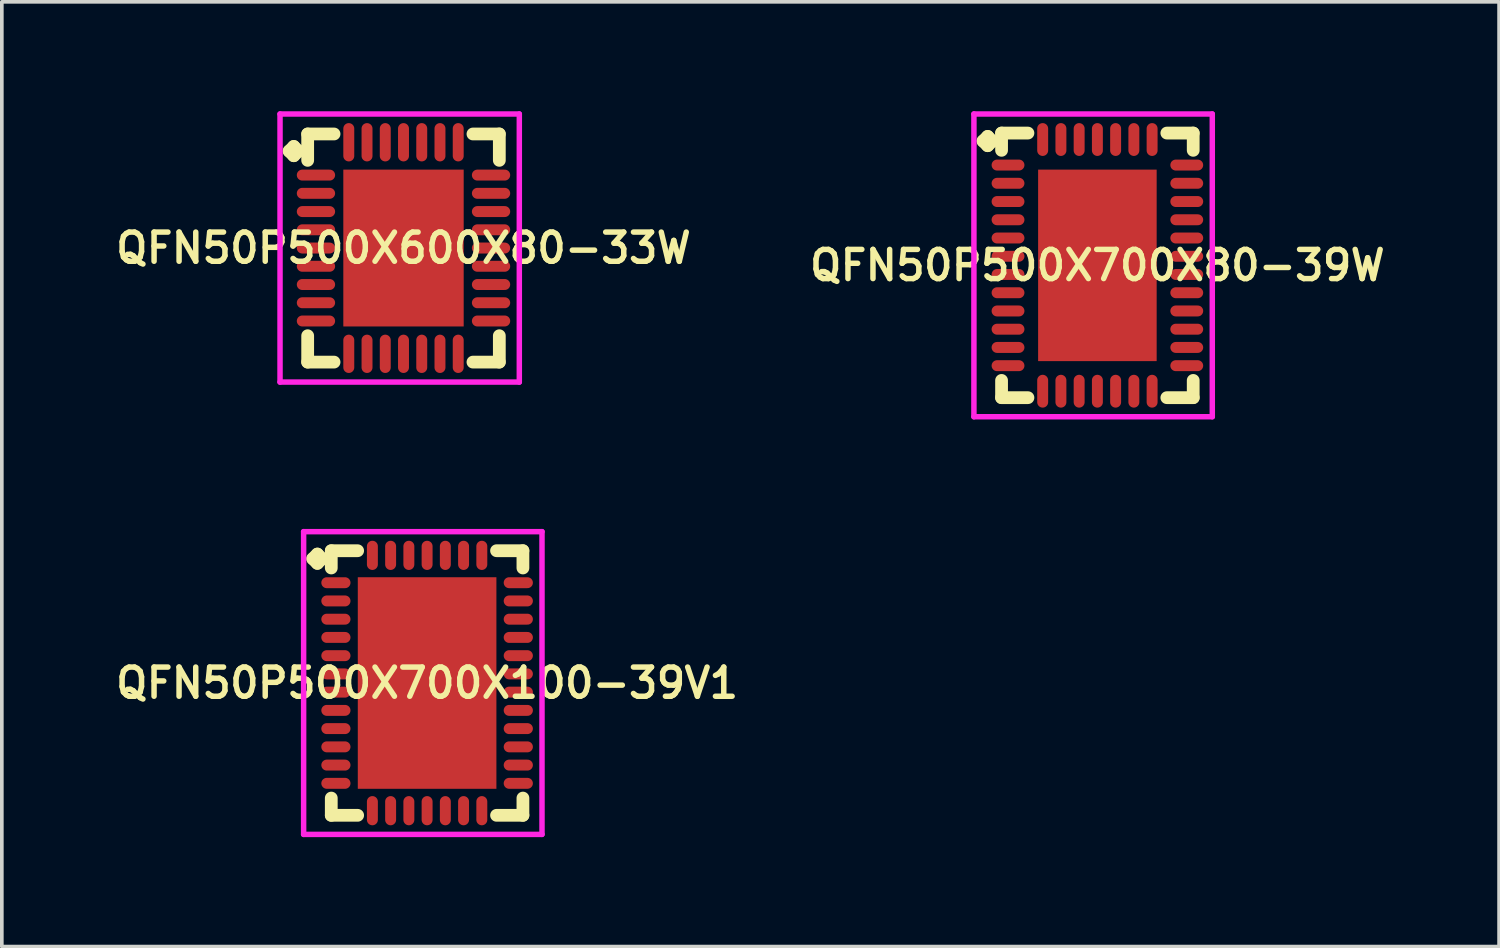
<source format=kicad_pcb>
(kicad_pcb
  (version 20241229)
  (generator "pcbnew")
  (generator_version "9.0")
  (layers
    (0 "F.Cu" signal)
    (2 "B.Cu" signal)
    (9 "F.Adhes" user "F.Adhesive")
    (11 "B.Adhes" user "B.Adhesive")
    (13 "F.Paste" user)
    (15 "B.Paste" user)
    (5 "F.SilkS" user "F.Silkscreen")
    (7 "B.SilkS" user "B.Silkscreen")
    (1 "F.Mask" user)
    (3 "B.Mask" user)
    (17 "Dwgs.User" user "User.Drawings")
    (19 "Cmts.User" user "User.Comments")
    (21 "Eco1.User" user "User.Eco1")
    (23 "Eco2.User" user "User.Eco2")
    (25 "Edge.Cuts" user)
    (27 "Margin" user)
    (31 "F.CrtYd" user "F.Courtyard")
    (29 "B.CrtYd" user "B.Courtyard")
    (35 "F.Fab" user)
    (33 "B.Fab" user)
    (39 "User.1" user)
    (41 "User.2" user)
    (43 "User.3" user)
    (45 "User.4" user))
  (footprint "QFN50P500X600X80-33W"
    (layer "F.Cu")
    (at 8.012 3.75)
    (property "Reference" "QFN50P500X600X80-33W" (at 0 0 0) (layer "F.SilkS") (effects (font (size 0.8 0.8) (thickness 0.15))))
    (attr smd)
    (fp_line (start -3.135 -2.658) (end -3.008 -2.785) (stroke (width 0.35) (type solid)) (layer "F.SilkS"))
    (fp_line (start -3.008 -2.785) (end -2.881 -2.658) (stroke (width 0.35) (type solid)) (layer "F.SilkS"))
    (fp_line (start -3.008 -2.531) (end -3.135 -2.658) (stroke (width 0.35) (type solid)) (layer "F.SilkS"))
    (fp_line (start -2.881 -2.658) (end -3.008 -2.531) (stroke (width 0.35) (type solid)) (layer "F.SilkS"))
    (fp_line (start -2.627 -3.127) (end -1.904 -3.127) (stroke (width 0.35) (type solid)) (layer "F.SilkS"))
    (fp_line (start -2.627 -2.404) (end -2.627 -3.127) (stroke (width 0.35) (type solid)) (layer "F.SilkS"))
    (fp_line (start -2.627 2.404) (end -2.627 3.127) (stroke (width 0.35) (type solid)) (layer "F.SilkS"))
    (fp_line (start -2.627 3.127) (end -1.904 3.127) (stroke (width 0.35) (type solid)) (layer "F.SilkS"))
    (fp_line (start 1.904 -3.127) (end 2.627 -3.127) (stroke (width 0.35) (type solid)) (layer "F.SilkS"))
    (fp_line (start 1.904 3.127) (end 2.627 3.127) (stroke (width 0.35) (type solid)) (layer "F.SilkS"))
    (fp_line (start 2.627 -3.127) (end 2.627 -2.404) (stroke (width 0.35) (type solid)) (layer "F.SilkS"))
    (fp_line (start 2.627 3.127) (end 2.627 2.404) (stroke (width 0.35) (type solid)) (layer "F.SilkS"))
    (fp_line (start -3.385 -3.675) (end 3.175 -3.675) (stroke (width 0.15) (type solid)) (layer "F.CrtYd"))
    (fp_line (start -3.385 3.675) (end -3.385 -3.675) (stroke (width 0.15) (type solid)) (layer "F.CrtYd"))
    (fp_line (start 3.175 -3.675) (end 3.175 3.675) (stroke (width 0.15) (type solid)) (layer "F.CrtYd"))
    (fp_line (start 3.175 3.675) (end -3.385 3.675) (stroke (width 0.15) (type solid)) (layer "F.CrtYd"))
    (pad "1" smd oval (at -2.4 -2) (size 1.05 0.3) (layers "F.Cu" "F.Mask" "F.Paste"))
    (pad "2" smd oval (at -2.4 -1.5) (size 1.05 0.3) (layers "F.Cu" "F.Mask" "F.Paste"))
    (pad "3" smd oval (at -2.4 -1) (size 1.05 0.3) (layers "F.Cu" "F.Mask" "F.Paste"))
    (pad "4" smd oval (at -2.4 -0.5) (size 1.05 0.3) (layers "F.Cu" "F.Mask" "F.Paste"))
    (pad "5" smd oval (at -2.4 0) (size 1.05 0.3) (layers "F.Cu" "F.Mask" "F.Paste"))
    (pad "6" smd oval (at -2.4 0.5) (size 1.05 0.3) (layers "F.Cu" "F.Mask" "F.Paste"))
    (pad "7" smd oval (at -2.4 1) (size 1.05 0.3) (layers "F.Cu" "F.Mask" "F.Paste"))
    (pad "8" smd oval (at -2.4 1.5) (size 1.05 0.3) (layers "F.Cu" "F.Mask" "F.Paste"))
    (pad "9" smd oval (at -2.4 2) (size 1.05 0.3) (layers "F.Cu" "F.Mask" "F.Paste"))
    (pad "10" smd oval (at -1.5 2.9) (size 0.3 1.05) (layers "F.Cu" "F.Mask" "F.Paste"))
    (pad "11" smd oval (at -1 2.9) (size 0.3 1.05) (layers "F.Cu" "F.Mask" "F.Paste"))
    (pad "12" smd oval (at -0.5 2.9) (size 0.3 1.05) (layers "F.Cu" "F.Mask" "F.Paste"))
    (pad "13" smd oval (at 0 2.9) (size 0.3 1.05) (layers "F.Cu" "F.Mask" "F.Paste"))
    (pad "14" smd oval (at 0.5 2.9) (size 0.3 1.05) (layers "F.Cu" "F.Mask" "F.Paste"))
    (pad "15" smd oval (at 1 2.9) (size 0.3 1.05) (layers "F.Cu" "F.Mask" "F.Paste"))
    (pad "16" smd oval (at 1.5 2.9) (size 0.3 1.05) (layers "F.Cu" "F.Mask" "F.Paste"))
    (pad "17" smd oval (at 2.4 2) (size 1.05 0.3) (layers "F.Cu" "F.Mask" "F.Paste"))
    (pad "18" smd oval (at 2.4 1.5) (size 1.05 0.3) (layers "F.Cu" "F.Mask" "F.Paste"))
    (pad "19" smd oval (at 2.4 1) (size 1.05 0.3) (layers "F.Cu" "F.Mask" "F.Paste"))
    (pad "20" smd oval (at 2.4 0.5) (size 1.05 0.3) (layers "F.Cu" "F.Mask" "F.Paste"))
    (pad "21" smd oval (at 2.4 0) (size 1.05 0.3) (layers "F.Cu" "F.Mask" "F.Paste"))
    (pad "22" smd oval (at 2.4 -0.5) (size 1.05 0.3) (layers "F.Cu" "F.Mask" "F.Paste"))
    (pad "23" smd oval (at 2.4 -1) (size 1.05 0.3) (layers "F.Cu" "F.Mask" "F.Paste"))
    (pad "24" smd oval (at 2.4 -1.5) (size 1.05 0.3) (layers "F.Cu" "F.Mask" "F.Paste"))
    (pad "25" smd oval (at 2.4 -2) (size 1.05 0.3) (layers "F.Cu" "F.Mask" "F.Paste"))
    (pad "26" smd oval (at 1.5 -2.9) (size 0.3 1.05) (layers "F.Cu" "F.Mask" "F.Paste"))
    (pad "27" smd oval (at 1 -2.9) (size 0.3 1.05) (layers "F.Cu" "F.Mask" "F.Paste"))
    (pad "28" smd oval (at 0.5 -2.9) (size 0.3 1.05) (layers "F.Cu" "F.Mask" "F.Paste"))
    (pad "29" smd oval (at 0 -2.9) (size 0.3 1.05) (layers "F.Cu" "F.Mask" "F.Paste"))
    (pad "30" smd oval (at -0.5 -2.9) (size 0.3 1.05) (layers "F.Cu" "F.Mask" "F.Paste"))
    (pad "31" smd oval (at -1 -2.9) (size 0.3 1.05) (layers "F.Cu" "F.Mask" "F.Paste"))
    (pad "32" smd oval (at -1.5 -2.9) (size 0.3 1.05) (layers "F.Cu" "F.Mask" "F.Paste"))
    (pad "33" smd rect (at 0 0) (size 3.3 4.3) (layers "F.Cu" "F.Mask" "F.Paste")))
  (footprint "QFN50P500X700X100-39V1"
    (layer "F.Cu")
    (at 8.659 15.675)
    (property "Reference" "QFN50P500X700X100-39V1" (at 0 0 0) (layer "F.SilkS") (effects (font (size 0.8 0.8) (thickness 0.15))))
    (attr smd)
    (fp_line (start -3.135 -3.408) (end -3.008 -3.535) (stroke (width 0.35) (type solid)) (layer "F.SilkS"))
    (fp_line (start -3.008 -3.535) (end -2.881 -3.408) (stroke (width 0.35) (type solid)) (layer "F.SilkS"))
    (fp_line (start -3.008 -3.281) (end -3.135 -3.408) (stroke (width 0.35) (type solid)) (layer "F.SilkS"))
    (fp_line (start -2.881 -3.408) (end -3.008 -3.281) (stroke (width 0.35) (type solid)) (layer "F.SilkS"))
    (fp_line (start -2.627 -3.627) (end -1.904 -3.627) (stroke (width 0.35) (type solid)) (layer "F.SilkS"))
    (fp_line (start -2.627 -3.154) (end -2.627 -3.627) (stroke (width 0.35) (type solid)) (layer "F.SilkS"))
    (fp_line (start -2.627 3.154) (end -2.627 3.627) (stroke (width 0.35) (type solid)) (layer "F.SilkS"))
    (fp_line (start -2.627 3.627) (end -1.904 3.627) (stroke (width 0.35) (type solid)) (layer "F.SilkS"))
    (fp_line (start 1.904 -3.627) (end 2.627 -3.627) (stroke (width 0.35) (type solid)) (layer "F.SilkS"))
    (fp_line (start 1.904 3.627) (end 2.627 3.627) (stroke (width 0.35) (type solid)) (layer "F.SilkS"))
    (fp_line (start 2.627 -3.627) (end 2.627 -3.154) (stroke (width 0.35) (type solid)) (layer "F.SilkS"))
    (fp_line (start 2.627 3.627) (end 2.627 3.154) (stroke (width 0.35) (type solid)) (layer "F.SilkS"))
    (fp_line (start -3.385 -4.15) (end 3.15 -4.15) (stroke (width 0.15) (type solid)) (layer "F.CrtYd"))
    (fp_line (start -3.385 4.15) (end -3.385 -4.15) (stroke (width 0.15) (type solid)) (layer "F.CrtYd"))
    (fp_line (start 3.15 -4.15) (end 3.15 4.15) (stroke (width 0.15) (type solid)) (layer "F.CrtYd"))
    (fp_line (start 3.15 4.15) (end -3.385 4.15) (stroke (width 0.15) (type solid)) (layer "F.CrtYd"))
    (pad "1" smd oval (at -2.5 -2.75) (size 0.8 0.3) (layers "F.Cu" "F.Mask" "F.Paste"))
    (pad "2" smd oval (at -2.5 -2.25) (size 0.8 0.3) (layers "F.Cu" "F.Mask" "F.Paste"))
    (pad "3" smd oval (at -2.5 -1.75) (size 0.8 0.3) (layers "F.Cu" "F.Mask" "F.Paste"))
    (pad "4" smd oval (at -2.5 -1.25) (size 0.8 0.3) (layers "F.Cu" "F.Mask" "F.Paste"))
    (pad "5" smd oval (at -2.5 -0.75) (size 0.8 0.3) (layers "F.Cu" "F.Mask" "F.Paste"))
    (pad "6" smd oval (at -2.5 -0.25) (size 0.8 0.3) (layers "F.Cu" "F.Mask" "F.Paste"))
    (pad "7" smd oval (at -2.5 0.25) (size 0.8 0.3) (layers "F.Cu" "F.Mask" "F.Paste"))
    (pad "8" smd oval (at -2.5 0.75) (size 0.8 0.3) (layers "F.Cu" "F.Mask" "F.Paste"))
    (pad "9" smd oval (at -2.5 1.25) (size 0.8 0.3) (layers "F.Cu" "F.Mask" "F.Paste"))
    (pad "10" smd oval (at -2.5 1.75) (size 0.8 0.3) (layers "F.Cu" "F.Mask" "F.Paste"))
    (pad "11" smd oval (at -2.5 2.25) (size 0.8 0.3) (layers "F.Cu" "F.Mask" "F.Paste"))
    (pad "12" smd oval (at -2.5 2.75) (size 0.8 0.3) (layers "F.Cu" "F.Mask" "F.Paste"))
    (pad "13" smd oval (at -1.5 3.5) (size 0.3 0.8) (layers "F.Cu" "F.Mask" "F.Paste"))
    (pad "14" smd oval (at -1 3.5) (size 0.3 0.8) (layers "F.Cu" "F.Mask" "F.Paste"))
    (pad "15" smd oval (at -0.5 3.5) (size 0.3 0.8) (layers "F.Cu" "F.Mask" "F.Paste"))
    (pad "16" smd oval (at 0 3.5) (size 0.3 0.8) (layers "F.Cu" "F.Mask" "F.Paste"))
    (pad "17" smd oval (at 0.5 3.5) (size 0.3 0.8) (layers "F.Cu" "F.Mask" "F.Paste"))
    (pad "18" smd oval (at 1 3.5) (size 0.3 0.8) (layers "F.Cu" "F.Mask" "F.Paste"))
    (pad "19" smd oval (at 1.5 3.5) (size 0.3 0.8) (layers "F.Cu" "F.Mask" "F.Paste"))
    (pad "20" smd oval (at 2.5 2.75) (size 0.8 0.3) (layers "F.Cu" "F.Mask" "F.Paste"))
    (pad "21" smd oval (at 2.5 2.25) (size 0.8 0.3) (layers "F.Cu" "F.Mask" "F.Paste"))
    (pad "22" smd oval (at 2.5 1.75) (size 0.8 0.3) (layers "F.Cu" "F.Mask" "F.Paste"))
    (pad "23" smd oval (at 2.5 1.25) (size 0.8 0.3) (layers "F.Cu" "F.Mask" "F.Paste"))
    (pad "24" smd oval (at 2.5 0.75) (size 0.8 0.3) (layers "F.Cu" "F.Mask" "F.Paste"))
    (pad "25" smd oval (at 2.5 0.25) (size 0.8 0.3) (layers "F.Cu" "F.Mask" "F.Paste"))
    (pad "26" smd oval (at 2.5 -0.25) (size 0.8 0.3) (layers "F.Cu" "F.Mask" "F.Paste"))
    (pad "27" smd oval (at 2.5 -0.75) (size 0.8 0.3) (layers "F.Cu" "F.Mask" "F.Paste"))
    (pad "28" smd oval (at 2.5 -1.25) (size 0.8 0.3) (layers "F.Cu" "F.Mask" "F.Paste"))
    (pad "29" smd oval (at 2.5 -1.75) (size 0.8 0.3) (layers "F.Cu" "F.Mask" "F.Paste"))
    (pad "30" smd oval (at 2.5 -2.25) (size 0.8 0.3) (layers "F.Cu" "F.Mask" "F.Paste"))
    (pad "31" smd oval (at 2.5 -2.75) (size 0.8 0.3) (layers "F.Cu" "F.Mask" "F.Paste"))
    (pad "32" smd oval (at 1.5 -3.5) (size 0.3 0.8) (layers "F.Cu" "F.Mask" "F.Paste"))
    (pad "33" smd oval (at 1 -3.5) (size 0.3 0.8) (layers "F.Cu" "F.Mask" "F.Paste"))
    (pad "34" smd oval (at 0.5 -3.5) (size 0.3 0.8) (layers "F.Cu" "F.Mask" "F.Paste"))
    (pad "35" smd oval (at 0 -3.5) (size 0.3 0.8) (layers "F.Cu" "F.Mask" "F.Paste"))
    (pad "36" smd oval (at -0.5 -3.5) (size 0.3 0.8) (layers "F.Cu" "F.Mask" "F.Paste"))
    (pad "37" smd oval (at -1 -3.5) (size 0.3 0.8) (layers "F.Cu" "F.Mask" "F.Paste"))
    (pad "38" smd oval (at -1.5 -3.5) (size 0.3 0.8) (layers "F.Cu" "F.Mask" "F.Paste"))
    (pad "39" smd rect (at 0 0) (size 3.8 5.8) (layers "F.Cu" "F.Mask" "F.Paste")))
  (footprint "QFN50P500X700X80-39W"
    (layer "F.Cu")
    (at 27.035 4.225)
    (property "Reference" "QFN50P500X700X80-39W" (at 0 0 0) (layer "F.SilkS") (effects (font (size 0.8 0.8) (thickness 0.15))))
    (attr smd)
    (fp_line (start -3.135 -3.408) (end -3.008 -3.535) (stroke (width 0.35) (type solid)) (layer "F.SilkS"))
    (fp_line (start -3.008 -3.535) (end -2.881 -3.408) (stroke (width 0.35) (type solid)) (layer "F.SilkS"))
    (fp_line (start -3.008 -3.281) (end -3.135 -3.408) (stroke (width 0.35) (type solid)) (layer "F.SilkS"))
    (fp_line (start -2.881 -3.408) (end -3.008 -3.281) (stroke (width 0.35) (type solid)) (layer "F.SilkS"))
    (fp_line (start -2.627 -3.627) (end -1.904 -3.627) (stroke (width 0.35) (type solid)) (layer "F.SilkS"))
    (fp_line (start -2.627 -3.154) (end -2.627 -3.627) (stroke (width 0.35) (type solid)) (layer "F.SilkS"))
    (fp_line (start -2.627 3.154) (end -2.627 3.627) (stroke (width 0.35) (type solid)) (layer "F.SilkS"))
    (fp_line (start -2.627 3.627) (end -1.904 3.627) (stroke (width 0.35) (type solid)) (layer "F.SilkS"))
    (fp_line (start 1.904 -3.627) (end 2.627 -3.627) (stroke (width 0.35) (type solid)) (layer "F.SilkS"))
    (fp_line (start 1.904 3.627) (end 2.627 3.627) (stroke (width 0.35) (type solid)) (layer "F.SilkS"))
    (fp_line (start 2.627 -3.627) (end 2.627 -3.154) (stroke (width 0.35) (type solid)) (layer "F.SilkS"))
    (fp_line (start 2.627 3.627) (end 2.627 3.154) (stroke (width 0.35) (type solid)) (layer "F.SilkS"))
    (fp_line (start -3.385 -4.15) (end 3.15 -4.15) (stroke (width 0.15) (type solid)) (layer "F.CrtYd"))
    (fp_line (start -3.385 4.15) (end -3.385 -4.15) (stroke (width 0.15) (type solid)) (layer "F.CrtYd"))
    (fp_line (start 3.15 -4.15) (end 3.15 4.15) (stroke (width 0.15) (type solid)) (layer "F.CrtYd"))
    (fp_line (start 3.15 4.15) (end -3.385 4.15) (stroke (width 0.15) (type solid)) (layer "F.CrtYd"))
    (pad "1" smd oval (at -2.45 -2.75) (size 0.9 0.3) (layers "F.Cu" "F.Mask" "F.Paste"))
    (pad "2" smd oval (at -2.45 -2.25) (size 0.9 0.3) (layers "F.Cu" "F.Mask" "F.Paste"))
    (pad "3" smd oval (at -2.45 -1.75) (size 0.9 0.3) (layers "F.Cu" "F.Mask" "F.Paste"))
    (pad "4" smd oval (at -2.45 -1.25) (size 0.9 0.3) (layers "F.Cu" "F.Mask" "F.Paste"))
    (pad "5" smd oval (at -2.45 -0.75) (size 0.9 0.3) (layers "F.Cu" "F.Mask" "F.Paste"))
    (pad "6" smd oval (at -2.45 -0.25) (size 0.9 0.3) (layers "F.Cu" "F.Mask" "F.Paste"))
    (pad "7" smd oval (at -2.45 0.25) (size 0.9 0.3) (layers "F.Cu" "F.Mask" "F.Paste"))
    (pad "8" smd oval (at -2.45 0.75) (size 0.9 0.3) (layers "F.Cu" "F.Mask" "F.Paste"))
    (pad "9" smd oval (at -2.45 1.25) (size 0.9 0.3) (layers "F.Cu" "F.Mask" "F.Paste"))
    (pad "10" smd oval (at -2.45 1.75) (size 0.9 0.3) (layers "F.Cu" "F.Mask" "F.Paste"))
    (pad "11" smd oval (at -2.45 2.25) (size 0.9 0.3) (layers "F.Cu" "F.Mask" "F.Paste"))
    (pad "12" smd oval (at -2.45 2.75) (size 0.9 0.3) (layers "F.Cu" "F.Mask" "F.Paste"))
    (pad "13" smd oval (at -1.5 3.45) (size 0.3 0.9) (layers "F.Cu" "F.Mask" "F.Paste"))
    (pad "14" smd oval (at -1 3.45) (size 0.3 0.9) (layers "F.Cu" "F.Mask" "F.Paste"))
    (pad "15" smd oval (at -0.5 3.45) (size 0.3 0.9) (layers "F.Cu" "F.Mask" "F.Paste"))
    (pad "16" smd oval (at 0 3.45) (size 0.3 0.9) (layers "F.Cu" "F.Mask" "F.Paste"))
    (pad "17" smd oval (at 0.5 3.45) (size 0.3 0.9) (layers "F.Cu" "F.Mask" "F.Paste"))
    (pad "18" smd oval (at 1 3.45) (size 0.3 0.9) (layers "F.Cu" "F.Mask" "F.Paste"))
    (pad "19" smd oval (at 1.5 3.45) (size 0.3 0.9) (layers "F.Cu" "F.Mask" "F.Paste"))
    (pad "20" smd oval (at 2.45 2.75) (size 0.9 0.3) (layers "F.Cu" "F.Mask" "F.Paste"))
    (pad "21" smd oval (at 2.45 2.25) (size 0.9 0.3) (layers "F.Cu" "F.Mask" "F.Paste"))
    (pad "22" smd oval (at 2.45 1.75) (size 0.9 0.3) (layers "F.Cu" "F.Mask" "F.Paste"))
    (pad "23" smd oval (at 2.45 1.25) (size 0.9 0.3) (layers "F.Cu" "F.Mask" "F.Paste"))
    (pad "24" smd oval (at 2.45 0.75) (size 0.9 0.3) (layers "F.Cu" "F.Mask" "F.Paste"))
    (pad "25" smd oval (at 2.45 0.25) (size 0.9 0.3) (layers "F.Cu" "F.Mask" "F.Paste"))
    (pad "26" smd oval (at 2.45 -0.25) (size 0.9 0.3) (layers "F.Cu" "F.Mask" "F.Paste"))
    (pad "27" smd oval (at 2.45 -0.75) (size 0.9 0.3) (layers "F.Cu" "F.Mask" "F.Paste"))
    (pad "28" smd oval (at 2.45 -1.25) (size 0.9 0.3) (layers "F.Cu" "F.Mask" "F.Paste"))
    (pad "29" smd oval (at 2.45 -1.75) (size 0.9 0.3) (layers "F.Cu" "F.Mask" "F.Paste"))
    (pad "30" smd oval (at 2.45 -2.25) (size 0.9 0.3) (layers "F.Cu" "F.Mask" "F.Paste"))
    (pad "31" smd oval (at 2.45 -2.75) (size 0.9 0.3) (layers "F.Cu" "F.Mask" "F.Paste"))
    (pad "32" smd oval (at 1.5 -3.45) (size 0.3 0.9) (layers "F.Cu" "F.Mask" "F.Paste"))
    (pad "33" smd oval (at 1 -3.45) (size 0.3 0.9) (layers "F.Cu" "F.Mask" "F.Paste"))
    (pad "34" smd oval (at 0.5 -3.45) (size 0.3 0.9) (layers "F.Cu" "F.Mask" "F.Paste"))
    (pad "35" smd oval (at 0 -3.45) (size 0.3 0.9) (layers "F.Cu" "F.Mask" "F.Paste"))
    (pad "36" smd oval (at -0.5 -3.45) (size 0.3 0.9) (layers "F.Cu" "F.Mask" "F.Paste"))
    (pad "37" smd oval (at -1 -3.45) (size 0.3 0.9) (layers "F.Cu" "F.Mask" "F.Paste"))
    (pad "38" smd oval (at -1.5 -3.45) (size 0.3 0.9) (layers "F.Cu" "F.Mask" "F.Paste"))
    (pad "39" smd rect (at 0 0) (size 3.25 5.25) (layers "F.Cu" "F.Mask" "F.Paste")))
  (gr_rect
    (start -3 -3)
    (end 38.047 22.9)
    (stroke (width 0.1) (type default))
    (fill no)
    (layer "Edge.Cuts")))
</source>
